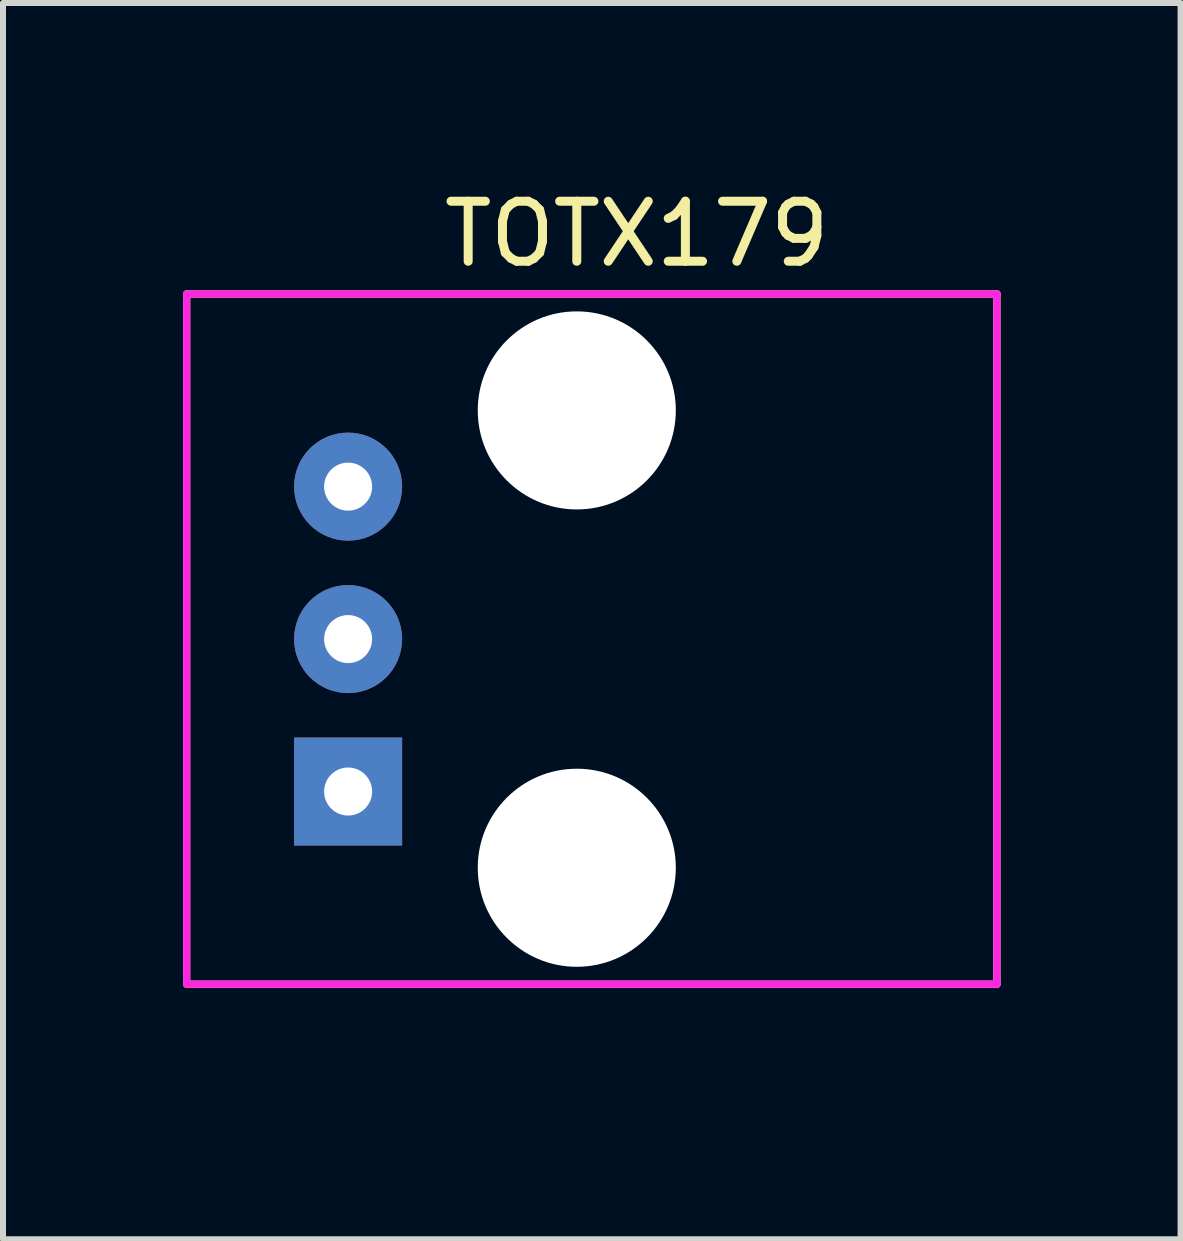
<source format=kicad_pcb>
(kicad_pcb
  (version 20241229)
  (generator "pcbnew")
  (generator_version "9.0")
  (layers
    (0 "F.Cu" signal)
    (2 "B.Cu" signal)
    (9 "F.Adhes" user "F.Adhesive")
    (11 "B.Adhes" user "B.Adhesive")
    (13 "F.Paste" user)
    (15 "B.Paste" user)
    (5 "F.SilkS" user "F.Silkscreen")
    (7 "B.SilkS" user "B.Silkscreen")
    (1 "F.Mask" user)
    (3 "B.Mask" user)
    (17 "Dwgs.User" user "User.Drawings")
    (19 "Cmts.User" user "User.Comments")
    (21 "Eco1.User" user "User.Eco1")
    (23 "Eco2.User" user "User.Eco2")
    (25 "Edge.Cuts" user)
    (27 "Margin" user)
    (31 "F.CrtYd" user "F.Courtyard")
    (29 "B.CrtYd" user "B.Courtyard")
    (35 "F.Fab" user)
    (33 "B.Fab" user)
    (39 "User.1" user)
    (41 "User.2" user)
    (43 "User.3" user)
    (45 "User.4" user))
  (footprint "TOTX179"
    (layer "F.Cu")
    (at 10.06 14.348)
    (property "Reference" "TOTX179" (at -2.5 -13.5 0) (layer "F.SilkS") (effects (font (size 1 1) (thickness 0.15))))
    (attr through_hole)
    (fp_line (start -10 -12.5) (end 3.5 -12.5) (stroke (width 0.12) (type solid)) (layer "F.SilkS"))
    (fp_line (start -10 -1) (end -10 -12.5) (stroke (width 0.12) (type solid)) (layer "F.SilkS"))
    (fp_line (start 3.5 -12.5) (end 3.5 -1) (stroke (width 0.12) (type solid)) (layer "F.SilkS"))
    (fp_line (start 3.5 -1) (end -10 -1) (stroke (width 0.12) (type solid)) (layer "F.SilkS"))
    (fp_line (start -10 -12.5) (end -10 -1) (stroke (width 0.12) (type solid)) (layer "F.CrtYd"))
    (fp_line (start -10 -12.5) (end 3.5 -12.5) (stroke (width 0.12) (type solid)) (layer "F.CrtYd"))
    (fp_line (start -10 -1) (end 3.5 -1) (stroke (width 0.12) (type solid)) (layer "F.CrtYd"))
    (fp_line (start 3.5 -12.5) (end 3.5 -1) (stroke (width 0.12) (type solid)) (layer "F.CrtYd"))
    (pad "" np_thru_hole circle (at -3.5 -10.56) (size 3.3 3.3) (drill 3.3) (layers "*.Cu" "*.Mask"))
    (pad "" np_thru_hole circle (at -3.5 -2.94) (size 3.3 3.3) (drill 3.3) (layers "*.Cu" "*.Mask"))
    (pad "1" thru_hole rect (at -7.31 -4.21) (size 1.8 1.8) (drill 0.8) (layers "*.Cu" "*.Mask"))
    (pad "2" thru_hole circle (at -7.31 -6.75) (size 1.8 1.8) (drill 0.8) (layers "*.Cu" "*.Mask"))
    (pad "3" thru_hole circle (at -7.31 -9.29) (size 1.8 1.8) (drill 0.8) (layers "*.Cu" "*.Mask")))
  (gr_rect
    (start -3 -3)
    (end 16.62 17.598)
    (stroke (width 0.1) (type default))
    (fill no)
    (layer "Edge.Cuts")))
</source>
